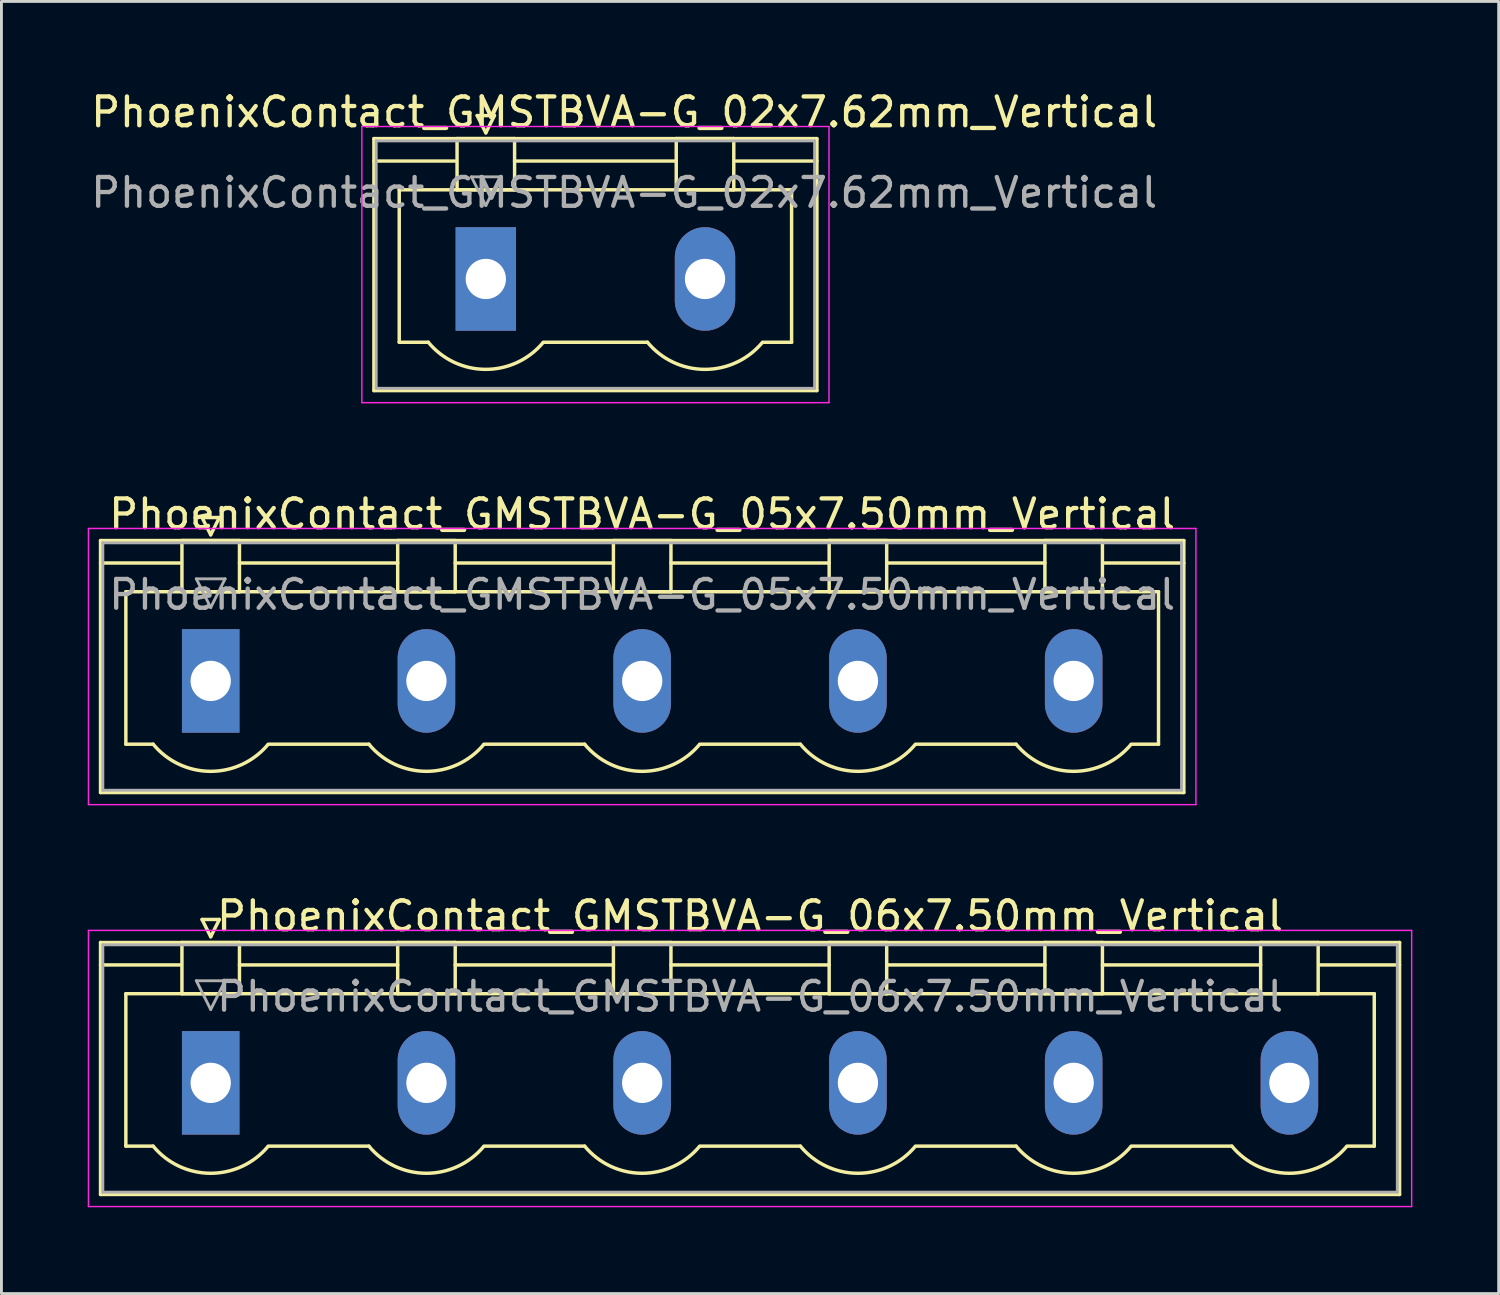
<source format=kicad_pcb>
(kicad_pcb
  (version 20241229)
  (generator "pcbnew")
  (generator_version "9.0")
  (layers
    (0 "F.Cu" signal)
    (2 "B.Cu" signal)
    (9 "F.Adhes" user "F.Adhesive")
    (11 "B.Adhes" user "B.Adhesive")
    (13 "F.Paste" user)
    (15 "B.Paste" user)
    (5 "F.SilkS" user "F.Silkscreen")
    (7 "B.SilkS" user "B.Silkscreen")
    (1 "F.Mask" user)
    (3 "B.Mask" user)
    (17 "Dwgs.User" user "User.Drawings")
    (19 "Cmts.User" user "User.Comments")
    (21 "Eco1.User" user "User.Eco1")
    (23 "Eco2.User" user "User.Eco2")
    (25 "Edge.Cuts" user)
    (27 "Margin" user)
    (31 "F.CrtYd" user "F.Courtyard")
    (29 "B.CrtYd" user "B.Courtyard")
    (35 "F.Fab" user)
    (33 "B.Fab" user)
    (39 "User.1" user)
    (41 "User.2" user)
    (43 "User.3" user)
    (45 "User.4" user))
  (footprint "PhoenixContact_GMSTBVA-G_06x7.50mm_Vertical"
    (layer "F.Cu")
    (at 4.275 34.595)
    (property "Reference" "PhoenixContact_GMSTBVA-G_06x7.50mm_Vertical" (at 18.75 -5.8 0) (layer "F.SilkS") (effects (font (size 1 1) (thickness 0.15))))
    (attr through_hole)
    (fp_line (start -3.83 -4.88) (end -3.83 3.88) (stroke (width 0.12) (type solid)) (layer "F.SilkS"))
    (fp_line (start -3.83 -4.1) (end -1.08 -4.1) (stroke (width 0.12) (type solid)) (layer "F.SilkS"))
    (fp_line (start -3.83 3.88) (end 41.33 3.88) (stroke (width 0.12) (type solid)) (layer "F.SilkS"))
    (fp_line (start -2.95 -3.1) (end 40.45 -3.1) (stroke (width 0.12) (type solid)) (layer "F.SilkS"))
    (fp_line (start -2.95 2.2) (end -2.95 -3.1) (stroke (width 0.12) (type solid)) (layer "F.SilkS"))
    (fp_line (start -2 2.2) (end -2.95 2.2) (stroke (width 0.12) (type solid)) (layer "F.SilkS"))
    (fp_line (start -1 -4.88) (end 1 -4.88) (stroke (width 0.12) (type solid)) (layer "F.SilkS"))
    (fp_line (start -1 -3.1) (end -1 -4.88) (stroke (width 0.12) (type solid)) (layer "F.SilkS"))
    (fp_line (start -0.3 -5.68) (end 0.3 -5.68) (stroke (width 0.12) (type solid)) (layer "F.SilkS"))
    (fp_line (start 0 -5.08) (end -0.3 -5.68) (stroke (width 0.12) (type solid)) (layer "F.SilkS"))
    (fp_line (start 0.3 -5.68) (end 0 -5.08) (stroke (width 0.12) (type solid)) (layer "F.SilkS"))
    (fp_line (start 1 -4.88) (end 1 -3.1) (stroke (width 0.12) (type solid)) (layer "F.SilkS"))
    (fp_line (start 1 -4.1) (end 6.5 -4.1) (stroke (width 0.12) (type solid)) (layer "F.SilkS"))
    (fp_line (start 1 -3.1) (end -1 -3.1) (stroke (width 0.12) (type solid)) (layer "F.SilkS"))
    (fp_line (start 2 2.2) (end 5.5 2.2) (stroke (width 0.12) (type solid)) (layer "F.SilkS"))
    (fp_line (start 6.5 -4.88) (end 8.5 -4.88) (stroke (width 0.12) (type solid)) (layer "F.SilkS"))
    (fp_line (start 6.5 -3.1) (end 6.5 -4.88) (stroke (width 0.12) (type solid)) (layer "F.SilkS"))
    (fp_line (start 8.5 -4.88) (end 8.5 -3.1) (stroke (width 0.12) (type solid)) (layer "F.SilkS"))
    (fp_line (start 8.5 -4.1) (end 14 -4.1) (stroke (width 0.12) (type solid)) (layer "F.SilkS"))
    (fp_line (start 8.5 -3.1) (end 6.5 -3.1) (stroke (width 0.12) (type solid)) (layer "F.SilkS"))
    (fp_line (start 9.5 2.2) (end 13 2.2) (stroke (width 0.12) (type solid)) (layer "F.SilkS"))
    (fp_line (start 14 -4.88) (end 16 -4.88) (stroke (width 0.12) (type solid)) (layer "F.SilkS"))
    (fp_line (start 14 -3.1) (end 14 -4.88) (stroke (width 0.12) (type solid)) (layer "F.SilkS"))
    (fp_line (start 16 -4.88) (end 16 -3.1) (stroke (width 0.12) (type solid)) (layer "F.SilkS"))
    (fp_line (start 16 -4.1) (end 21.5 -4.1) (stroke (width 0.12) (type solid)) (layer "F.SilkS"))
    (fp_line (start 16 -3.1) (end 14 -3.1) (stroke (width 0.12) (type solid)) (layer "F.SilkS"))
    (fp_line (start 17 2.2) (end 20.5 2.2) (stroke (width 0.12) (type solid)) (layer "F.SilkS"))
    (fp_line (start 21.5 -4.88) (end 23.5 -4.88) (stroke (width 0.12) (type solid)) (layer "F.SilkS"))
    (fp_line (start 21.5 -3.1) (end 21.5 -4.88) (stroke (width 0.12) (type solid)) (layer "F.SilkS"))
    (fp_line (start 23.5 -4.88) (end 23.5 -3.1) (stroke (width 0.12) (type solid)) (layer "F.SilkS"))
    (fp_line (start 23.5 -4.1) (end 29 -4.1) (stroke (width 0.12) (type solid)) (layer "F.SilkS"))
    (fp_line (start 23.5 -3.1) (end 21.5 -3.1) (stroke (width 0.12) (type solid)) (layer "F.SilkS"))
    (fp_line (start 24.5 2.2) (end 28 2.2) (stroke (width 0.12) (type solid)) (layer "F.SilkS"))
    (fp_line (start 29 -4.88) (end 31 -4.88) (stroke (width 0.12) (type solid)) (layer "F.SilkS"))
    (fp_line (start 29 -3.1) (end 29 -4.88) (stroke (width 0.12) (type solid)) (layer "F.SilkS"))
    (fp_line (start 31 -4.88) (end 31 -3.1) (stroke (width 0.12) (type solid)) (layer "F.SilkS"))
    (fp_line (start 31 -4.1) (end 36.5 -4.1) (stroke (width 0.12) (type solid)) (layer "F.SilkS"))
    (fp_line (start 31 -3.1) (end 29 -3.1) (stroke (width 0.12) (type solid)) (layer "F.SilkS"))
    (fp_line (start 32 2.2) (end 35.5 2.2) (stroke (width 0.12) (type solid)) (layer "F.SilkS"))
    (fp_line (start 36.5 -4.88) (end 38.5 -4.88) (stroke (width 0.12) (type solid)) (layer "F.SilkS"))
    (fp_line (start 36.5 -3.1) (end 36.5 -4.88) (stroke (width 0.12) (type solid)) (layer "F.SilkS"))
    (fp_line (start 38.5 -4.88) (end 38.5 -3.1) (stroke (width 0.12) (type solid)) (layer "F.SilkS"))
    (fp_line (start 38.5 -3.1) (end 36.5 -3.1) (stroke (width 0.12) (type solid)) (layer "F.SilkS"))
    (fp_line (start 40.45 -3.1) (end 40.45 2.2) (stroke (width 0.12) (type solid)) (layer "F.SilkS"))
    (fp_line (start 40.45 2.2) (end 39.5 2.2) (stroke (width 0.12) (type solid)) (layer "F.SilkS"))
    (fp_line (start 41.33 -4.88) (end -3.83 -4.88) (stroke (width 0.12) (type solid)) (layer "F.SilkS"))
    (fp_line (start 41.33 -4.1) (end 38.58 -4.1) (stroke (width 0.12) (type solid)) (layer "F.SilkS"))
    (fp_line (start 41.33 3.88) (end 41.33 -4.88) (stroke (width 0.12) (type solid)) (layer "F.SilkS"))
    (fp_arc (start 1.986842 2.215821) (mid -0.010289 3.142758) (end -2 2.2) (stroke (width 0.12) (type solid)) (layer "F.SilkS"))
    (fp_arc (start 9.486842 2.215821) (mid 7.489711 3.142758) (end 5.5 2.2) (stroke (width 0.12) (type solid)) (layer "F.SilkS"))
    (fp_arc (start 16.986842 2.215821) (mid 14.989711 3.142758) (end 13 2.2) (stroke (width 0.12) (type solid)) (layer "F.SilkS"))
    (fp_arc (start 24.486842 2.215821) (mid 22.489711 3.142758) (end 20.5 2.2) (stroke (width 0.12) (type solid)) (layer "F.SilkS"))
    (fp_arc (start 31.986842 2.215821) (mid 29.989711 3.142758) (end 28 2.2) (stroke (width 0.12) (type solid)) (layer "F.SilkS"))
    (fp_arc (start 39.486842 2.215821) (mid 37.489711 3.142758) (end 35.5 2.2) (stroke (width 0.12) (type solid)) (layer "F.SilkS"))
    (fp_line (start -4.25 -5.3) (end -4.25 4.3) (stroke (width 0.05) (type solid)) (layer "F.CrtYd"))
    (fp_line (start -4.25 4.3) (end 41.75 4.3) (stroke (width 0.05) (type solid)) (layer "F.CrtYd"))
    (fp_line (start 41.75 -5.3) (end -4.25 -5.3) (stroke (width 0.05) (type solid)) (layer "F.CrtYd"))
    (fp_line (start 41.75 4.3) (end 41.75 -5.3) (stroke (width 0.05) (type solid)) (layer "F.CrtYd"))
    (fp_line (start -3.75 -4.8) (end -3.75 3.8) (stroke (width 0.1) (type solid)) (layer "F.Fab"))
    (fp_line (start -3.75 3.8) (end 41.25 3.8) (stroke (width 0.1) (type solid)) (layer "F.Fab"))
    (fp_line (start -0.5 -3.55) (end 0.5 -3.55) (stroke (width 0.1) (type solid)) (layer "F.Fab"))
    (fp_line (start 0 -2.55) (end -0.5 -3.55) (stroke (width 0.1) (type solid)) (layer "F.Fab"))
    (fp_line (start 0.5 -3.55) (end 0 -2.55) (stroke (width 0.1) (type solid)) (layer "F.Fab"))
    (fp_line (start 41.25 -4.8) (end -3.75 -4.8) (stroke (width 0.1) (type solid)) (layer "F.Fab"))
    (fp_line (start 41.25 3.8) (end 41.25 -4.8) (stroke (width 0.1) (type solid)) (layer "F.Fab"))
    (fp_text user "${REFERENCE}" (at 18.75 -3 0) (layer "F.Fab") (effects (font (size 1 1) (thickness 0.15))))
    (pad "1" thru_hole rect (at 0 0) (size 2 3.6) (drill 1.4) (layers "*.Cu" "*.Mask"))
    (pad "2" thru_hole oval (at 7.5 0) (size 2 3.6) (drill 1.4) (layers "*.Cu" "*.Mask"))
    (pad "3" thru_hole oval (at 15 0) (size 2 3.6) (drill 1.4) (layers "*.Cu" "*.Mask"))
    (pad "4" thru_hole oval (at 22.5 0) (size 2 3.6) (drill 1.4) (layers "*.Cu" "*.Mask"))
    (pad "5" thru_hole oval (at 30 0) (size 2 3.6) (drill 1.4) (layers "*.Cu" "*.Mask"))
    (pad "6" thru_hole oval (at 37.5 0) (size 2 3.6) (drill 1.4) (layers "*.Cu" "*.Mask")))
  (footprint "PhoenixContact_GMSTBVA-G_02x7.62mm_Vertical"
    (layer "F.Cu")
    (at 13.839 6.648)
    (property "Reference" "PhoenixContact_GMSTBVA-G_02x7.62mm_Vertical" (at 4.81 -5.8 0) (layer "F.SilkS") (effects (font (size 1 1) (thickness 0.15))))
    (attr through_hole)
    (fp_line (start -3.89 -4.88) (end -3.89 3.88) (stroke (width 0.12) (type solid)) (layer "F.SilkS"))
    (fp_line (start -3.89 -4.1) (end -1.08 -4.1) (stroke (width 0.12) (type solid)) (layer "F.SilkS"))
    (fp_line (start -3.89 3.88) (end 11.51 3.88) (stroke (width 0.12) (type solid)) (layer "F.SilkS"))
    (fp_line (start -3.01 -3.1) (end 10.63 -3.1) (stroke (width 0.12) (type solid)) (layer "F.SilkS"))
    (fp_line (start -3.01 2.2) (end -3.01 -3.1) (stroke (width 0.12) (type solid)) (layer "F.SilkS"))
    (fp_line (start -2 2.2) (end -3.01 2.2) (stroke (width 0.12) (type solid)) (layer "F.SilkS"))
    (fp_line (start -1 -4.88) (end 1 -4.88) (stroke (width 0.12) (type solid)) (layer "F.SilkS"))
    (fp_line (start -1 -3.1) (end -1 -4.88) (stroke (width 0.12) (type solid)) (layer "F.SilkS"))
    (fp_line (start -0.3 -5.68) (end 0.3 -5.68) (stroke (width 0.12) (type solid)) (layer "F.SilkS"))
    (fp_line (start 0 -5.08) (end -0.3 -5.68) (stroke (width 0.12) (type solid)) (layer "F.SilkS"))
    (fp_line (start 0.3 -5.68) (end 0 -5.08) (stroke (width 0.12) (type solid)) (layer "F.SilkS"))
    (fp_line (start 1 -4.88) (end 1 -3.1) (stroke (width 0.12) (type solid)) (layer "F.SilkS"))
    (fp_line (start 1 -4.1) (end 6.62 -4.1) (stroke (width 0.12) (type solid)) (layer "F.SilkS"))
    (fp_line (start 1 -3.1) (end -1 -3.1) (stroke (width 0.12) (type solid)) (layer "F.SilkS"))
    (fp_line (start 2 2.2) (end 5.62 2.2) (stroke (width 0.12) (type solid)) (layer "F.SilkS"))
    (fp_line (start 6.62 -4.88) (end 8.62 -4.88) (stroke (width 0.12) (type solid)) (layer "F.SilkS"))
    (fp_line (start 6.62 -3.1) (end 6.62 -4.88) (stroke (width 0.12) (type solid)) (layer "F.SilkS"))
    (fp_line (start 8.62 -4.88) (end 8.62 -3.1) (stroke (width 0.12) (type solid)) (layer "F.SilkS"))
    (fp_line (start 8.62 -3.1) (end 6.62 -3.1) (stroke (width 0.12) (type solid)) (layer "F.SilkS"))
    (fp_line (start 10.63 -3.1) (end 10.63 2.2) (stroke (width 0.12) (type solid)) (layer "F.SilkS"))
    (fp_line (start 10.63 2.2) (end 9.62 2.2) (stroke (width 0.12) (type solid)) (layer "F.SilkS"))
    (fp_line (start 11.51 -4.88) (end -3.89 -4.88) (stroke (width 0.12) (type solid)) (layer "F.SilkS"))
    (fp_line (start 11.51 -4.1) (end 8.7 -4.1) (stroke (width 0.12) (type solid)) (layer "F.SilkS"))
    (fp_line (start 11.51 3.88) (end 11.51 -4.88) (stroke (width 0.12) (type solid)) (layer "F.SilkS"))
    (fp_arc (start 1.986842 2.215821) (mid -0.010289 3.142758) (end -2 2.2) (stroke (width 0.12) (type solid)) (layer "F.SilkS"))
    (fp_arc (start 9.606842 2.215821) (mid 7.609711 3.142758) (end 5.62 2.2) (stroke (width 0.12) (type solid)) (layer "F.SilkS"))
    (fp_line (start -4.31 -5.3) (end -4.31 4.3) (stroke (width 0.05) (type solid)) (layer "F.CrtYd"))
    (fp_line (start -4.31 4.3) (end 11.93 4.3) (stroke (width 0.05) (type solid)) (layer "F.CrtYd"))
    (fp_line (start 11.93 -5.3) (end -4.31 -5.3) (stroke (width 0.05) (type solid)) (layer "F.CrtYd"))
    (fp_line (start 11.93 4.3) (end 11.93 -5.3) (stroke (width 0.05) (type solid)) (layer "F.CrtYd"))
    (fp_line (start -3.81 -4.8) (end -3.81 3.8) (stroke (width 0.1) (type solid)) (layer "F.Fab"))
    (fp_line (start -3.81 3.8) (end 11.43 3.8) (stroke (width 0.1) (type solid)) (layer "F.Fab"))
    (fp_line (start -0.5 -3.55) (end 0.5 -3.55) (stroke (width 0.1) (type solid)) (layer "F.Fab"))
    (fp_line (start 0 -2.55) (end -0.5 -3.55) (stroke (width 0.1) (type solid)) (layer "F.Fab"))
    (fp_line (start 0.5 -3.55) (end 0 -2.55) (stroke (width 0.1) (type solid)) (layer "F.Fab"))
    (fp_line (start 11.43 -4.8) (end -3.81 -4.8) (stroke (width 0.1) (type solid)) (layer "F.Fab"))
    (fp_line (start 11.43 3.8) (end 11.43 -4.8) (stroke (width 0.1) (type solid)) (layer "F.Fab"))
    (fp_text user "${REFERENCE}" (at 4.81 -3 0) (layer "F.Fab") (effects (font (size 1 1) (thickness 0.15))))
    (pad "1" thru_hole rect (at 0 0) (size 2.1 3.6) (drill 1.4) (layers "*.Cu" "*.Mask"))
    (pad "2" thru_hole oval (at 7.62 0) (size 2.1 3.6) (drill 1.4) (layers "*.Cu" "*.Mask")))
  (footprint "PhoenixContact_GMSTBVA-G_05x7.50mm_Vertical"
    (layer "F.Cu")
    (at 4.275 20.622)
    (property "Reference" "PhoenixContact_GMSTBVA-G_05x7.50mm_Vertical" (at 15 -5.8 0) (layer "F.SilkS") (effects (font (size 1 1) (thickness 0.15))))
    (attr through_hole)
    (fp_line (start -3.83 -4.88) (end -3.83 3.88) (stroke (width 0.12) (type solid)) (layer "F.SilkS"))
    (fp_line (start -3.83 -4.1) (end -1.08 -4.1) (stroke (width 0.12) (type solid)) (layer "F.SilkS"))
    (fp_line (start -3.83 3.88) (end 33.83 3.88) (stroke (width 0.12) (type solid)) (layer "F.SilkS"))
    (fp_line (start -2.95 -3.1) (end 32.95 -3.1) (stroke (width 0.12) (type solid)) (layer "F.SilkS"))
    (fp_line (start -2.95 2.2) (end -2.95 -3.1) (stroke (width 0.12) (type solid)) (layer "F.SilkS"))
    (fp_line (start -2 2.2) (end -2.95 2.2) (stroke (width 0.12) (type solid)) (layer "F.SilkS"))
    (fp_line (start -1 -4.88) (end 1 -4.88) (stroke (width 0.12) (type solid)) (layer "F.SilkS"))
    (fp_line (start -1 -3.1) (end -1 -4.88) (stroke (width 0.12) (type solid)) (layer "F.SilkS"))
    (fp_line (start -0.3 -5.68) (end 0.3 -5.68) (stroke (width 0.12) (type solid)) (layer "F.SilkS"))
    (fp_line (start 0 -5.08) (end -0.3 -5.68) (stroke (width 0.12) (type solid)) (layer "F.SilkS"))
    (fp_line (start 0.3 -5.68) (end 0 -5.08) (stroke (width 0.12) (type solid)) (layer "F.SilkS"))
    (fp_line (start 1 -4.88) (end 1 -3.1) (stroke (width 0.12) (type solid)) (layer "F.SilkS"))
    (fp_line (start 1 -4.1) (end 6.5 -4.1) (stroke (width 0.12) (type solid)) (layer "F.SilkS"))
    (fp_line (start 1 -3.1) (end -1 -3.1) (stroke (width 0.12) (type solid)) (layer "F.SilkS"))
    (fp_line (start 2 2.2) (end 5.5 2.2) (stroke (width 0.12) (type solid)) (layer "F.SilkS"))
    (fp_line (start 6.5 -4.88) (end 8.5 -4.88) (stroke (width 0.12) (type solid)) (layer "F.SilkS"))
    (fp_line (start 6.5 -3.1) (end 6.5 -4.88) (stroke (width 0.12) (type solid)) (layer "F.SilkS"))
    (fp_line (start 8.5 -4.88) (end 8.5 -3.1) (stroke (width 0.12) (type solid)) (layer "F.SilkS"))
    (fp_line (start 8.5 -4.1) (end 14 -4.1) (stroke (width 0.12) (type solid)) (layer "F.SilkS"))
    (fp_line (start 8.5 -3.1) (end 6.5 -3.1) (stroke (width 0.12) (type solid)) (layer "F.SilkS"))
    (fp_line (start 9.5 2.2) (end 13 2.2) (stroke (width 0.12) (type solid)) (layer "F.SilkS"))
    (fp_line (start 14 -4.88) (end 16 -4.88) (stroke (width 0.12) (type solid)) (layer "F.SilkS"))
    (fp_line (start 14 -3.1) (end 14 -4.88) (stroke (width 0.12) (type solid)) (layer "F.SilkS"))
    (fp_line (start 16 -4.88) (end 16 -3.1) (stroke (width 0.12) (type solid)) (layer "F.SilkS"))
    (fp_line (start 16 -4.1) (end 21.5 -4.1) (stroke (width 0.12) (type solid)) (layer "F.SilkS"))
    (fp_line (start 16 -3.1) (end 14 -3.1) (stroke (width 0.12) (type solid)) (layer "F.SilkS"))
    (fp_line (start 17 2.2) (end 20.5 2.2) (stroke (width 0.12) (type solid)) (layer "F.SilkS"))
    (fp_line (start 21.5 -4.88) (end 23.5 -4.88) (stroke (width 0.12) (type solid)) (layer "F.SilkS"))
    (fp_line (start 21.5 -3.1) (end 21.5 -4.88) (stroke (width 0.12) (type solid)) (layer "F.SilkS"))
    (fp_line (start 23.5 -4.88) (end 23.5 -3.1) (stroke (width 0.12) (type solid)) (layer "F.SilkS"))
    (fp_line (start 23.5 -4.1) (end 29 -4.1) (stroke (width 0.12) (type solid)) (layer "F.SilkS"))
    (fp_line (start 23.5 -3.1) (end 21.5 -3.1) (stroke (width 0.12) (type solid)) (layer "F.SilkS"))
    (fp_line (start 24.5 2.2) (end 28 2.2) (stroke (width 0.12) (type solid)) (layer "F.SilkS"))
    (fp_line (start 29 -4.88) (end 31 -4.88) (stroke (width 0.12) (type solid)) (layer "F.SilkS"))
    (fp_line (start 29 -3.1) (end 29 -4.88) (stroke (width 0.12) (type solid)) (layer "F.SilkS"))
    (fp_line (start 31 -4.88) (end 31 -3.1) (stroke (width 0.12) (type solid)) (layer "F.SilkS"))
    (fp_line (start 31 -3.1) (end 29 -3.1) (stroke (width 0.12) (type solid)) (layer "F.SilkS"))
    (fp_line (start 32.95 -3.1) (end 32.95 2.2) (stroke (width 0.12) (type solid)) (layer "F.SilkS"))
    (fp_line (start 32.95 2.2) (end 32 2.2) (stroke (width 0.12) (type solid)) (layer "F.SilkS"))
    (fp_line (start 33.83 -4.88) (end -3.83 -4.88) (stroke (width 0.12) (type solid)) (layer "F.SilkS"))
    (fp_line (start 33.83 -4.1) (end 31.08 -4.1) (stroke (width 0.12) (type solid)) (layer "F.SilkS"))
    (fp_line (start 33.83 3.88) (end 33.83 -4.88) (stroke (width 0.12) (type solid)) (layer "F.SilkS"))
    (fp_arc (start 1.986842 2.215821) (mid -0.010289 3.142758) (end -2 2.2) (stroke (width 0.12) (type solid)) (layer "F.SilkS"))
    (fp_arc (start 9.486842 2.215821) (mid 7.489711 3.142758) (end 5.5 2.2) (stroke (width 0.12) (type solid)) (layer "F.SilkS"))
    (fp_arc (start 16.986842 2.215821) (mid 14.989711 3.142758) (end 13 2.2) (stroke (width 0.12) (type solid)) (layer "F.SilkS"))
    (fp_arc (start 24.486842 2.215821) (mid 22.489711 3.142758) (end 20.5 2.2) (stroke (width 0.12) (type solid)) (layer "F.SilkS"))
    (fp_arc (start 31.986842 2.215821) (mid 29.989711 3.142758) (end 28 2.2) (stroke (width 0.12) (type solid)) (layer "F.SilkS"))
    (fp_line (start -4.25 -5.3) (end -4.25 4.3) (stroke (width 0.05) (type solid)) (layer "F.CrtYd"))
    (fp_line (start -4.25 4.3) (end 34.25 4.3) (stroke (width 0.05) (type solid)) (layer "F.CrtYd"))
    (fp_line (start 34.25 -5.3) (end -4.25 -5.3) (stroke (width 0.05) (type solid)) (layer "F.CrtYd"))
    (fp_line (start 34.25 4.3) (end 34.25 -5.3) (stroke (width 0.05) (type solid)) (layer "F.CrtYd"))
    (fp_line (start -3.75 -4.8) (end -3.75 3.8) (stroke (width 0.1) (type solid)) (layer "F.Fab"))
    (fp_line (start -3.75 3.8) (end 33.75 3.8) (stroke (width 0.1) (type solid)) (layer "F.Fab"))
    (fp_line (start -0.5 -3.55) (end 0.5 -3.55) (stroke (width 0.1) (type solid)) (layer "F.Fab"))
    (fp_line (start 0 -2.55) (end -0.5 -3.55) (stroke (width 0.1) (type solid)) (layer "F.Fab"))
    (fp_line (start 0.5 -3.55) (end 0 -2.55) (stroke (width 0.1) (type solid)) (layer "F.Fab"))
    (fp_line (start 33.75 -4.8) (end -3.75 -4.8) (stroke (width 0.1) (type solid)) (layer "F.Fab"))
    (fp_line (start 33.75 3.8) (end 33.75 -4.8) (stroke (width 0.1) (type solid)) (layer "F.Fab"))
    (fp_text user "${REFERENCE}" (at 15 -3 0) (layer "F.Fab") (effects (font (size 1 1) (thickness 0.15))))
    (pad "1" thru_hole rect (at 0 0) (size 2 3.6) (drill 1.4) (layers "*.Cu" "*.Mask"))
    (pad "2" thru_hole oval (at 7.5 0) (size 2 3.6) (drill 1.4) (layers "*.Cu" "*.Mask"))
    (pad "3" thru_hole oval (at 15 0) (size 2 3.6) (drill 1.4) (layers "*.Cu" "*.Mask"))
    (pad "4" thru_hole oval (at 22.5 0) (size 2 3.6) (drill 1.4) (layers "*.Cu" "*.Mask"))
    (pad "5" thru_hole oval (at 30 0) (size 2 3.6) (drill 1.4) (layers "*.Cu" "*.Mask")))
  (gr_rect
    (start -3 -3)
    (end 49.05 41.92)
    (stroke (width 0.1) (type default))
    (fill no)
    (layer "Edge.Cuts")))
</source>
